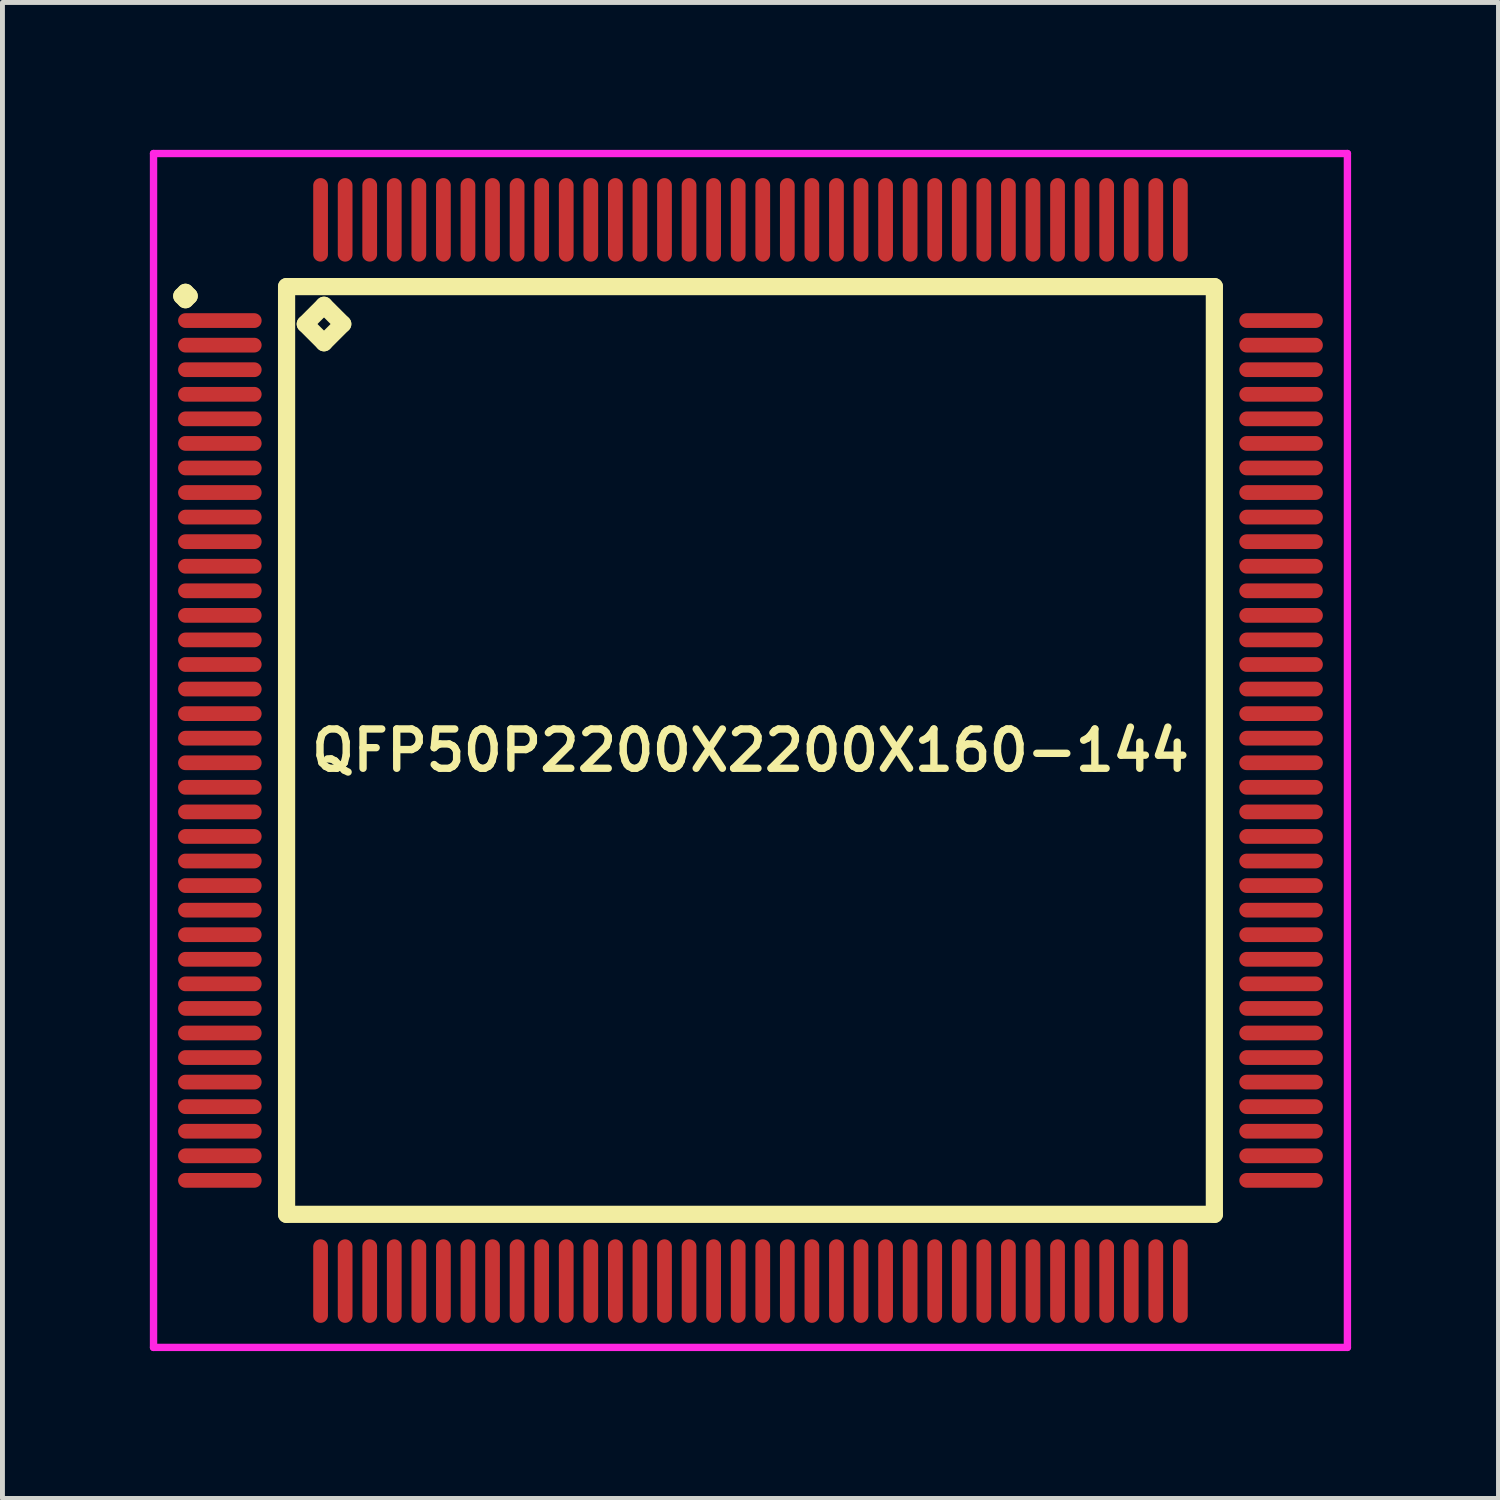
<source format=kicad_pcb>
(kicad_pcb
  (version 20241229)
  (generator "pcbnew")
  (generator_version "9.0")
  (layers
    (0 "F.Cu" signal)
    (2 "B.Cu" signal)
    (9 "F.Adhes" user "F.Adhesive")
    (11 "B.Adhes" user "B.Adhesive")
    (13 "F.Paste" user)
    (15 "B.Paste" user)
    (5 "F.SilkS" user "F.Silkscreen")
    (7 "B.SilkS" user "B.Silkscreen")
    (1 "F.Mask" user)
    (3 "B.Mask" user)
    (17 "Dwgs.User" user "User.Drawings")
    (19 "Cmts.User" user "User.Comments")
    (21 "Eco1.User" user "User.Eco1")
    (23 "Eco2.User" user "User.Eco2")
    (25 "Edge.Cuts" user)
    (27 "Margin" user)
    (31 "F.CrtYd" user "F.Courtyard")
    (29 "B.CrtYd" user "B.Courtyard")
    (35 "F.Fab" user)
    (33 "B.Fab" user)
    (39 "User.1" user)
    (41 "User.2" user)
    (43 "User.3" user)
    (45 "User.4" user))
  (footprint "QFP50P2200X2200X160-144"
    (layer "F.Cu")
    (at 12.225 12.225)
    (property "Reference" "QFP50P2200X2200X160-144" (at 0 0 0) (layer "F.SilkS") (effects (font (size 0.8 0.8) (thickness 0.15))))
    (attr smd)
    (fp_line (start -11.575 -9.25) (end -11.5 -9.325) (stroke (width 0.35) (type solid)) (layer "F.SilkS"))
    (fp_line (start -11.5 -9.325) (end -11.425 -9.25) (stroke (width 0.35) (type solid)) (layer "F.SilkS"))
    (fp_line (start -11.5 -9.175) (end -11.575 -9.25) (stroke (width 0.35) (type solid)) (layer "F.SilkS"))
    (fp_line (start -11.425 -9.25) (end -11.5 -9.175) (stroke (width 0.35) (type solid)) (layer "F.SilkS"))
    (fp_line (start -9.442 -9.442) (end -9.442 9.442) (stroke (width 0.35) (type solid)) (layer "F.SilkS"))
    (fp_line (start -9.442 9.442) (end 9.442 9.442) (stroke (width 0.35) (type solid)) (layer "F.SilkS"))
    (fp_line (start -9.061 -8.68) (end -8.68 -9.061) (stroke (width 0.35) (type solid)) (layer "F.SilkS"))
    (fp_line (start -8.68 -9.061) (end -8.299 -8.68) (stroke (width 0.35) (type solid)) (layer "F.SilkS"))
    (fp_line (start -8.68 -8.299) (end -9.061 -8.68) (stroke (width 0.35) (type solid)) (layer "F.SilkS"))
    (fp_line (start -8.299 -8.68) (end -8.68 -8.299) (stroke (width 0.35) (type solid)) (layer "F.SilkS"))
    (fp_line (start 9.442 -9.442) (end -9.442 -9.442) (stroke (width 0.35) (type solid)) (layer "F.SilkS"))
    (fp_line (start 9.442 9.442) (end 9.442 -9.442) (stroke (width 0.35) (type solid)) (layer "F.SilkS"))
    (fp_line (start -12.15 -12.15) (end 12.15 -12.15) (stroke (width 0.15) (type solid)) (layer "F.CrtYd"))
    (fp_line (start -12.15 12.15) (end -12.15 -12.15) (stroke (width 0.15) (type solid)) (layer "F.CrtYd"))
    (fp_line (start 12.15 -12.15) (end 12.15 12.15) (stroke (width 0.15) (type solid)) (layer "F.CrtYd"))
    (fp_line (start 12.15 12.15) (end -12.15 12.15) (stroke (width 0.15) (type solid)) (layer "F.CrtYd"))
    (pad "1" smd oval (at -10.8 -8.75) (size 1.7 0.3) (layers "F.Cu" "F.Mask" "F.Paste"))
    (pad "2" smd oval (at -10.8 -8.25) (size 1.7 0.3) (layers "F.Cu" "F.Mask" "F.Paste"))
    (pad "3" smd oval (at -10.8 -7.75) (size 1.7 0.3) (layers "F.Cu" "F.Mask" "F.Paste"))
    (pad "4" smd oval (at -10.8 -7.25) (size 1.7 0.3) (layers "F.Cu" "F.Mask" "F.Paste"))
    (pad "5" smd oval (at -10.8 -6.75) (size 1.7 0.3) (layers "F.Cu" "F.Mask" "F.Paste"))
    (pad "6" smd oval (at -10.8 -6.25) (size 1.7 0.3) (layers "F.Cu" "F.Mask" "F.Paste"))
    (pad "7" smd oval (at -10.8 -5.75) (size 1.7 0.3) (layers "F.Cu" "F.Mask" "F.Paste"))
    (pad "8" smd oval (at -10.8 -5.25) (size 1.7 0.3) (layers "F.Cu" "F.Mask" "F.Paste"))
    (pad "9" smd oval (at -10.8 -4.75) (size 1.7 0.3) (layers "F.Cu" "F.Mask" "F.Paste"))
    (pad "10" smd oval (at -10.8 -4.25) (size 1.7 0.3) (layers "F.Cu" "F.Mask" "F.Paste"))
    (pad "11" smd oval (at -10.8 -3.75) (size 1.7 0.3) (layers "F.Cu" "F.Mask" "F.Paste"))
    (pad "12" smd oval (at -10.8 -3.25) (size 1.7 0.3) (layers "F.Cu" "F.Mask" "F.Paste"))
    (pad "13" smd oval (at -10.8 -2.75) (size 1.7 0.3) (layers "F.Cu" "F.Mask" "F.Paste"))
    (pad "14" smd oval (at -10.8 -2.25) (size 1.7 0.3) (layers "F.Cu" "F.Mask" "F.Paste"))
    (pad "15" smd oval (at -10.8 -1.75) (size 1.7 0.3) (layers "F.Cu" "F.Mask" "F.Paste"))
    (pad "16" smd oval (at -10.8 -1.25) (size 1.7 0.3) (layers "F.Cu" "F.Mask" "F.Paste"))
    (pad "17" smd oval (at -10.8 -0.75) (size 1.7 0.3) (layers "F.Cu" "F.Mask" "F.Paste"))
    (pad "18" smd oval (at -10.8 -0.25) (size 1.7 0.3) (layers "F.Cu" "F.Mask" "F.Paste"))
    (pad "19" smd oval (at -10.8 0.25) (size 1.7 0.3) (layers "F.Cu" "F.Mask" "F.Paste"))
    (pad "20" smd oval (at -10.8 0.75) (size 1.7 0.3) (layers "F.Cu" "F.Mask" "F.Paste"))
    (pad "21" smd oval (at -10.8 1.25) (size 1.7 0.3) (layers "F.Cu" "F.Mask" "F.Paste"))
    (pad "22" smd oval (at -10.8 1.75) (size 1.7 0.3) (layers "F.Cu" "F.Mask" "F.Paste"))
    (pad "23" smd oval (at -10.8 2.25) (size 1.7 0.3) (layers "F.Cu" "F.Mask" "F.Paste"))
    (pad "24" smd oval (at -10.8 2.75) (size 1.7 0.3) (layers "F.Cu" "F.Mask" "F.Paste"))
    (pad "25" smd oval (at -10.8 3.25) (size 1.7 0.3) (layers "F.Cu" "F.Mask" "F.Paste"))
    (pad "26" smd oval (at -10.8 3.75) (size 1.7 0.3) (layers "F.Cu" "F.Mask" "F.Paste"))
    (pad "27" smd oval (at -10.8 4.25) (size 1.7 0.3) (layers "F.Cu" "F.Mask" "F.Paste"))
    (pad "28" smd oval (at -10.8 4.75) (size 1.7 0.3) (layers "F.Cu" "F.Mask" "F.Paste"))
    (pad "29" smd oval (at -10.8 5.25) (size 1.7 0.3) (layers "F.Cu" "F.Mask" "F.Paste"))
    (pad "30" smd oval (at -10.8 5.75) (size 1.7 0.3) (layers "F.Cu" "F.Mask" "F.Paste"))
    (pad "31" smd oval (at -10.8 6.25) (size 1.7 0.3) (layers "F.Cu" "F.Mask" "F.Paste"))
    (pad "32" smd oval (at -10.8 6.75) (size 1.7 0.3) (layers "F.Cu" "F.Mask" "F.Paste"))
    (pad "33" smd oval (at -10.8 7.25) (size 1.7 0.3) (layers "F.Cu" "F.Mask" "F.Paste"))
    (pad "34" smd oval (at -10.8 7.75) (size 1.7 0.3) (layers "F.Cu" "F.Mask" "F.Paste"))
    (pad "35" smd oval (at -10.8 8.25) (size 1.7 0.3) (layers "F.Cu" "F.Mask" "F.Paste"))
    (pad "36" smd oval (at -10.8 8.75) (size 1.7 0.3) (layers "F.Cu" "F.Mask" "F.Paste"))
    (pad "37" smd oval (at -8.75 10.8) (size 0.3 1.7) (layers "F.Cu" "F.Mask" "F.Paste"))
    (pad "38" smd oval (at -8.25 10.8) (size 0.3 1.7) (layers "F.Cu" "F.Mask" "F.Paste"))
    (pad "39" smd oval (at -7.75 10.8) (size 0.3 1.7) (layers "F.Cu" "F.Mask" "F.Paste"))
    (pad "40" smd oval (at -7.25 10.8) (size 0.3 1.7) (layers "F.Cu" "F.Mask" "F.Paste"))
    (pad "41" smd oval (at -6.75 10.8) (size 0.3 1.7) (layers "F.Cu" "F.Mask" "F.Paste"))
    (pad "42" smd oval (at -6.25 10.8) (size 0.3 1.7) (layers "F.Cu" "F.Mask" "F.Paste"))
    (pad "43" smd oval (at -5.75 10.8) (size 0.3 1.7) (layers "F.Cu" "F.Mask" "F.Paste"))
    (pad "44" smd oval (at -5.25 10.8) (size 0.3 1.7) (layers "F.Cu" "F.Mask" "F.Paste"))
    (pad "45" smd oval (at -4.75 10.8) (size 0.3 1.7) (layers "F.Cu" "F.Mask" "F.Paste"))
    (pad "46" smd oval (at -4.25 10.8) (size 0.3 1.7) (layers "F.Cu" "F.Mask" "F.Paste"))
    (pad "47" smd oval (at -3.75 10.8) (size 0.3 1.7) (layers "F.Cu" "F.Mask" "F.Paste"))
    (pad "48" smd oval (at -3.25 10.8) (size 0.3 1.7) (layers "F.Cu" "F.Mask" "F.Paste"))
    (pad "49" smd oval (at -2.75 10.8) (size 0.3 1.7) (layers "F.Cu" "F.Mask" "F.Paste"))
    (pad "50" smd oval (at -2.25 10.8) (size 0.3 1.7) (layers "F.Cu" "F.Mask" "F.Paste"))
    (pad "51" smd oval (at -1.75 10.8) (size 0.3 1.7) (layers "F.Cu" "F.Mask" "F.Paste"))
    (pad "52" smd oval (at -1.25 10.8) (size 0.3 1.7) (layers "F.Cu" "F.Mask" "F.Paste"))
    (pad "53" smd oval (at -0.75 10.8) (size 0.3 1.7) (layers "F.Cu" "F.Mask" "F.Paste"))
    (pad "54" smd oval (at -0.25 10.8) (size 0.3 1.7) (layers "F.Cu" "F.Mask" "F.Paste"))
    (pad "55" smd oval (at 0.25 10.8) (size 0.3 1.7) (layers "F.Cu" "F.Mask" "F.Paste"))
    (pad "56" smd oval (at 0.75 10.8) (size 0.3 1.7) (layers "F.Cu" "F.Mask" "F.Paste"))
    (pad "57" smd oval (at 1.25 10.8) (size 0.3 1.7) (layers "F.Cu" "F.Mask" "F.Paste"))
    (pad "58" smd oval (at 1.75 10.8) (size 0.3 1.7) (layers "F.Cu" "F.Mask" "F.Paste"))
    (pad "59" smd oval (at 2.25 10.8) (size 0.3 1.7) (layers "F.Cu" "F.Mask" "F.Paste"))
    (pad "60" smd oval (at 2.75 10.8) (size 0.3 1.7) (layers "F.Cu" "F.Mask" "F.Paste"))
    (pad "61" smd oval (at 3.25 10.8) (size 0.3 1.7) (layers "F.Cu" "F.Mask" "F.Paste"))
    (pad "62" smd oval (at 3.75 10.8) (size 0.3 1.7) (layers "F.Cu" "F.Mask" "F.Paste"))
    (pad "63" smd oval (at 4.25 10.8) (size 0.3 1.7) (layers "F.Cu" "F.Mask" "F.Paste"))
    (pad "64" smd oval (at 4.75 10.8) (size 0.3 1.7) (layers "F.Cu" "F.Mask" "F.Paste"))
    (pad "65" smd oval (at 5.25 10.8) (size 0.3 1.7) (layers "F.Cu" "F.Mask" "F.Paste"))
    (pad "66" smd oval (at 5.75 10.8) (size 0.3 1.7) (layers "F.Cu" "F.Mask" "F.Paste"))
    (pad "67" smd oval (at 6.25 10.8) (size 0.3 1.7) (layers "F.Cu" "F.Mask" "F.Paste"))
    (pad "68" smd oval (at 6.75 10.8) (size 0.3 1.7) (layers "F.Cu" "F.Mask" "F.Paste"))
    (pad "69" smd oval (at 7.25 10.8) (size 0.3 1.7) (layers "F.Cu" "F.Mask" "F.Paste"))
    (pad "70" smd oval (at 7.75 10.8) (size 0.3 1.7) (layers "F.Cu" "F.Mask" "F.Paste"))
    (pad "71" smd oval (at 8.25 10.8) (size 0.3 1.7) (layers "F.Cu" "F.Mask" "F.Paste"))
    (pad "72" smd oval (at 8.75 10.8) (size 0.3 1.7) (layers "F.Cu" "F.Mask" "F.Paste"))
    (pad "73" smd oval (at 10.8 8.75) (size 1.7 0.3) (layers "F.Cu" "F.Mask" "F.Paste"))
    (pad "74" smd oval (at 10.8 8.25) (size 1.7 0.3) (layers "F.Cu" "F.Mask" "F.Paste"))
    (pad "75" smd oval (at 10.8 7.75) (size 1.7 0.3) (layers "F.Cu" "F.Mask" "F.Paste"))
    (pad "76" smd oval (at 10.8 7.25) (size 1.7 0.3) (layers "F.Cu" "F.Mask" "F.Paste"))
    (pad "77" smd oval (at 10.8 6.75) (size 1.7 0.3) (layers "F.Cu" "F.Mask" "F.Paste"))
    (pad "78" smd oval (at 10.8 6.25) (size 1.7 0.3) (layers "F.Cu" "F.Mask" "F.Paste"))
    (pad "79" smd oval (at 10.8 5.75) (size 1.7 0.3) (layers "F.Cu" "F.Mask" "F.Paste"))
    (pad "80" smd oval (at 10.8 5.25) (size 1.7 0.3) (layers "F.Cu" "F.Mask" "F.Paste"))
    (pad "81" smd oval (at 10.8 4.75) (size 1.7 0.3) (layers "F.Cu" "F.Mask" "F.Paste"))
    (pad "82" smd oval (at 10.8 4.25) (size 1.7 0.3) (layers "F.Cu" "F.Mask" "F.Paste"))
    (pad "83" smd oval (at 10.8 3.75) (size 1.7 0.3) (layers "F.Cu" "F.Mask" "F.Paste"))
    (pad "84" smd oval (at 10.8 3.25) (size 1.7 0.3) (layers "F.Cu" "F.Mask" "F.Paste"))
    (pad "85" smd oval (at 10.8 2.75) (size 1.7 0.3) (layers "F.Cu" "F.Mask" "F.Paste"))
    (pad "86" smd oval (at 10.8 2.25) (size 1.7 0.3) (layers "F.Cu" "F.Mask" "F.Paste"))
    (pad "87" smd oval (at 10.8 1.75) (size 1.7 0.3) (layers "F.Cu" "F.Mask" "F.Paste"))
    (pad "88" smd oval (at 10.8 1.25) (size 1.7 0.3) (layers "F.Cu" "F.Mask" "F.Paste"))
    (pad "89" smd oval (at 10.8 0.75) (size 1.7 0.3) (layers "F.Cu" "F.Mask" "F.Paste"))
    (pad "90" smd oval (at 10.8 0.25) (size 1.7 0.3) (layers "F.Cu" "F.Mask" "F.Paste"))
    (pad "91" smd oval (at 10.8 -0.25) (size 1.7 0.3) (layers "F.Cu" "F.Mask" "F.Paste"))
    (pad "92" smd oval (at 10.8 -0.75) (size 1.7 0.3) (layers "F.Cu" "F.Mask" "F.Paste"))
    (pad "93" smd oval (at 10.8 -1.25) (size 1.7 0.3) (layers "F.Cu" "F.Mask" "F.Paste"))
    (pad "94" smd oval (at 10.8 -1.75) (size 1.7 0.3) (layers "F.Cu" "F.Mask" "F.Paste"))
    (pad "95" smd oval (at 10.8 -2.25) (size 1.7 0.3) (layers "F.Cu" "F.Mask" "F.Paste"))
    (pad "96" smd oval (at 10.8 -2.75) (size 1.7 0.3) (layers "F.Cu" "F.Mask" "F.Paste"))
    (pad "97" smd oval (at 10.8 -3.25) (size 1.7 0.3) (layers "F.Cu" "F.Mask" "F.Paste"))
    (pad "98" smd oval (at 10.8 -3.75) (size 1.7 0.3) (layers "F.Cu" "F.Mask" "F.Paste"))
    (pad "99" smd oval (at 10.8 -4.25) (size 1.7 0.3) (layers "F.Cu" "F.Mask" "F.Paste"))
    (pad "100" smd oval (at 10.8 -4.75) (size 1.7 0.3) (layers "F.Cu" "F.Mask" "F.Paste"))
    (pad "101" smd oval (at 10.8 -5.25) (size 1.7 0.3) (layers "F.Cu" "F.Mask" "F.Paste"))
    (pad "102" smd oval (at 10.8 -5.75) (size 1.7 0.3) (layers "F.Cu" "F.Mask" "F.Paste"))
    (pad "103" smd oval (at 10.8 -6.25) (size 1.7 0.3) (layers "F.Cu" "F.Mask" "F.Paste"))
    (pad "104" smd oval (at 10.8 -6.75) (size 1.7 0.3) (layers "F.Cu" "F.Mask" "F.Paste"))
    (pad "105" smd oval (at 10.8 -7.25) (size 1.7 0.3) (layers "F.Cu" "F.Mask" "F.Paste"))
    (pad "106" smd oval (at 10.8 -7.75) (size 1.7 0.3) (layers "F.Cu" "F.Mask" "F.Paste"))
    (pad "107" smd oval (at 10.8 -8.25) (size 1.7 0.3) (layers "F.Cu" "F.Mask" "F.Paste"))
    (pad "108" smd oval (at 10.8 -8.75) (size 1.7 0.3) (layers "F.Cu" "F.Mask" "F.Paste"))
    (pad "109" smd oval (at 8.75 -10.8) (size 0.3 1.7) (layers "F.Cu" "F.Mask" "F.Paste"))
    (pad "110" smd oval (at 8.25 -10.8) (size 0.3 1.7) (layers "F.Cu" "F.Mask" "F.Paste"))
    (pad "111" smd oval (at 7.75 -10.8) (size 0.3 1.7) (layers "F.Cu" "F.Mask" "F.Paste"))
    (pad "112" smd oval (at 7.25 -10.8) (size 0.3 1.7) (layers "F.Cu" "F.Mask" "F.Paste"))
    (pad "113" smd oval (at 6.75 -10.8) (size 0.3 1.7) (layers "F.Cu" "F.Mask" "F.Paste"))
    (pad "114" smd oval (at 6.25 -10.8) (size 0.3 1.7) (layers "F.Cu" "F.Mask" "F.Paste"))
    (pad "115" smd oval (at 5.75 -10.8) (size 0.3 1.7) (layers "F.Cu" "F.Mask" "F.Paste"))
    (pad "116" smd oval (at 5.25 -10.8) (size 0.3 1.7) (layers "F.Cu" "F.Mask" "F.Paste"))
    (pad "117" smd oval (at 4.75 -10.8) (size 0.3 1.7) (layers "F.Cu" "F.Mask" "F.Paste"))
    (pad "118" smd oval (at 4.25 -10.8) (size 0.3 1.7) (layers "F.Cu" "F.Mask" "F.Paste"))
    (pad "119" smd oval (at 3.75 -10.8) (size 0.3 1.7) (layers "F.Cu" "F.Mask" "F.Paste"))
    (pad "120" smd oval (at 3.25 -10.8) (size 0.3 1.7) (layers "F.Cu" "F.Mask" "F.Paste"))
    (pad "121" smd oval (at 2.75 -10.8) (size 0.3 1.7) (layers "F.Cu" "F.Mask" "F.Paste"))
    (pad "122" smd oval (at 2.25 -10.8) (size 0.3 1.7) (layers "F.Cu" "F.Mask" "F.Paste"))
    (pad "123" smd oval (at 1.75 -10.8) (size 0.3 1.7) (layers "F.Cu" "F.Mask" "F.Paste"))
    (pad "124" smd oval (at 1.25 -10.8) (size 0.3 1.7) (layers "F.Cu" "F.Mask" "F.Paste"))
    (pad "125" smd oval (at 0.75 -10.8) (size 0.3 1.7) (layers "F.Cu" "F.Mask" "F.Paste"))
    (pad "126" smd oval (at 0.25 -10.8) (size 0.3 1.7) (layers "F.Cu" "F.Mask" "F.Paste"))
    (pad "127" smd oval (at -0.25 -10.8) (size 0.3 1.7) (layers "F.Cu" "F.Mask" "F.Paste"))
    (pad "128" smd oval (at -0.75 -10.8) (size 0.3 1.7) (layers "F.Cu" "F.Mask" "F.Paste"))
    (pad "129" smd oval (at -1.25 -10.8) (size 0.3 1.7) (layers "F.Cu" "F.Mask" "F.Paste"))
    (pad "130" smd oval (at -1.75 -10.8) (size 0.3 1.7) (layers "F.Cu" "F.Mask" "F.Paste"))
    (pad "131" smd oval (at -2.25 -10.8) (size 0.3 1.7) (layers "F.Cu" "F.Mask" "F.Paste"))
    (pad "132" smd oval (at -2.75 -10.8) (size 0.3 1.7) (layers "F.Cu" "F.Mask" "F.Paste"))
    (pad "133" smd oval (at -3.25 -10.8) (size 0.3 1.7) (layers "F.Cu" "F.Mask" "F.Paste"))
    (pad "134" smd oval (at -3.75 -10.8) (size 0.3 1.7) (layers "F.Cu" "F.Mask" "F.Paste"))
    (pad "135" smd oval (at -4.25 -10.8) (size 0.3 1.7) (layers "F.Cu" "F.Mask" "F.Paste"))
    (pad "136" smd oval (at -4.75 -10.8) (size 0.3 1.7) (layers "F.Cu" "F.Mask" "F.Paste"))
    (pad "137" smd oval (at -5.25 -10.8) (size 0.3 1.7) (layers "F.Cu" "F.Mask" "F.Paste"))
    (pad "138" smd oval (at -5.75 -10.8) (size 0.3 1.7) (layers "F.Cu" "F.Mask" "F.Paste"))
    (pad "139" smd oval (at -6.25 -10.8) (size 0.3 1.7) (layers "F.Cu" "F.Mask" "F.Paste"))
    (pad "140" smd oval (at -6.75 -10.8) (size 0.3 1.7) (layers "F.Cu" "F.Mask" "F.Paste"))
    (pad "141" smd oval (at -7.25 -10.8) (size 0.3 1.7) (layers "F.Cu" "F.Mask" "F.Paste"))
    (pad "142" smd oval (at -7.75 -10.8) (size 0.3 1.7) (layers "F.Cu" "F.Mask" "F.Paste"))
    (pad "143" smd oval (at -8.25 -10.8) (size 0.3 1.7) (layers "F.Cu" "F.Mask" "F.Paste"))
    (pad "144" smd oval (at -8.75 -10.8) (size 0.3 1.7) (layers "F.Cu" "F.Mask" "F.Paste")))
  (gr_rect
    (start -3 -3)
    (end 27.45 27.45)
    (stroke (width 0.1) (type default))
    (fill no)
    (layer "Edge.Cuts")))
</source>
